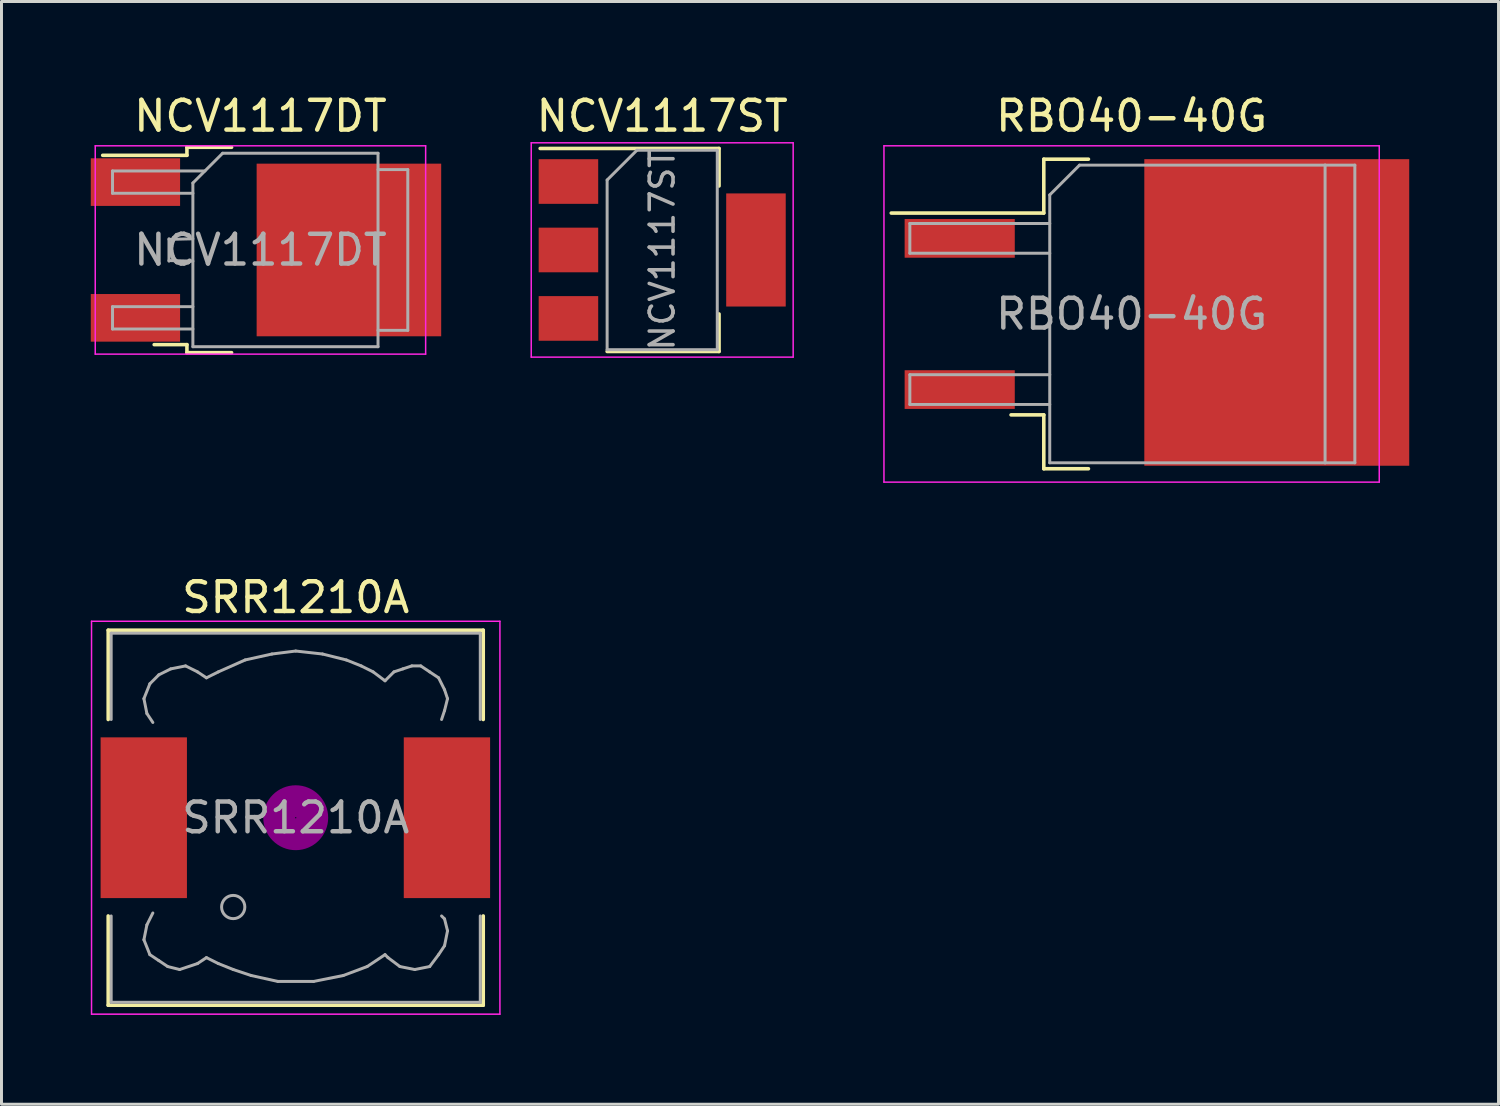
<source format=kicad_pcb>
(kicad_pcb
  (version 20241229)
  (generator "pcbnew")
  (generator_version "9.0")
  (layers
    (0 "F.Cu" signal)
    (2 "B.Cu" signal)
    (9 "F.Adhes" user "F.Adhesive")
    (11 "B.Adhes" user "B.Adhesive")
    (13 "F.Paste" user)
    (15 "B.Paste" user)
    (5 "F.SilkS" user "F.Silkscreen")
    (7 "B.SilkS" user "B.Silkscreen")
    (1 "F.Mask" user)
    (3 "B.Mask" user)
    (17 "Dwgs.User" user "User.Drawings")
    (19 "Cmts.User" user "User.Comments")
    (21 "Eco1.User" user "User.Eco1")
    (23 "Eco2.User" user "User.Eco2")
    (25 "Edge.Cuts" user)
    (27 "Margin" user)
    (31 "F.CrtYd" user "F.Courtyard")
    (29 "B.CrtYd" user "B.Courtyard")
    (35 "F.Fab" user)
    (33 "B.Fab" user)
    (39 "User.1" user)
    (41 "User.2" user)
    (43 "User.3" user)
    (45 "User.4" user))
  (footprint "RBO40-40G"
    (layer "F.Cu")
    (at 34.967 7.498)
    (property "Reference" "RBO40-40G" (at 0 -6.65 0) (layer "F.SilkS") (effects (font (size 1 1) (thickness 0.15))))
    (attr smd)
    (fp_line (start -2.95 -5.2) (end -2.95 -3.39) (stroke (width 0.12) (type solid)) (layer "F.SilkS"))
    (fp_line (start -2.95 -3.39) (end -8.075 -3.39) (stroke (width 0.12) (type solid)) (layer "F.SilkS"))
    (fp_line (start -2.95 3.39) (end -4.05 3.39) (stroke (width 0.12) (type solid)) (layer "F.SilkS"))
    (fp_line (start -2.95 5.2) (end -2.95 3.39) (stroke (width 0.12) (type solid)) (layer "F.SilkS"))
    (fp_line (start -1.45 -5.2) (end -2.95 -5.2) (stroke (width 0.12) (type solid)) (layer "F.SilkS"))
    (fp_line (start -1.45 5.2) (end -2.95 5.2) (stroke (width 0.12) (type solid)) (layer "F.SilkS"))
    (fp_line (start -8.32 -5.65) (end -8.32 5.65) (stroke (width 0.05) (type solid)) (layer "F.CrtYd"))
    (fp_line (start -8.32 5.65) (end 8.32 5.65) (stroke (width 0.05) (type solid)) (layer "F.CrtYd"))
    (fp_line (start 8.32 -5.65) (end -8.32 -5.65) (stroke (width 0.05) (type solid)) (layer "F.CrtYd"))
    (fp_line (start 8.32 5.65) (end 8.32 -5.65) (stroke (width 0.05) (type solid)) (layer "F.CrtYd"))
    (fp_line (start -7.45 -3.04) (end -7.45 -2.04) (stroke (width 0.1) (type solid)) (layer "F.Fab"))
    (fp_line (start -7.45 -2.04) (end -2.75 -2.04) (stroke (width 0.1) (type solid)) (layer "F.Fab"))
    (fp_line (start -7.45 2.04) (end -7.45 3.04) (stroke (width 0.1) (type solid)) (layer "F.Fab"))
    (fp_line (start -7.45 3.04) (end -2.75 3.04) (stroke (width 0.1) (type solid)) (layer "F.Fab"))
    (fp_line (start -2.75 -4) (end -1.75 -5) (stroke (width 0.1) (type solid)) (layer "F.Fab"))
    (fp_line (start -2.75 -3.04) (end -7.45 -3.04) (stroke (width 0.1) (type solid)) (layer "F.Fab"))
    (fp_line (start -2.75 2.04) (end -7.45 2.04) (stroke (width 0.1) (type solid)) (layer "F.Fab"))
    (fp_line (start -2.75 5) (end -2.75 -4) (stroke (width 0.1) (type solid)) (layer "F.Fab"))
    (fp_line (start -1.75 -5) (end 6.5 -5) (stroke (width 0.1) (type solid)) (layer "F.Fab"))
    (fp_line (start 6.5 -5) (end 6.5 5) (stroke (width 0.1) (type solid)) (layer "F.Fab"))
    (fp_line (start 6.5 -5) (end 7.5 -5) (stroke (width 0.1) (type solid)) (layer "F.Fab"))
    (fp_line (start 6.5 5) (end -2.75 5) (stroke (width 0.1) (type solid)) (layer "F.Fab"))
    (fp_line (start 7.5 -5) (end 7.5 5) (stroke (width 0.1) (type solid)) (layer "F.Fab"))
    (fp_line (start 7.5 5) (end 6.5 5) (stroke (width 0.1) (type solid)) (layer "F.Fab"))
    (fp_text user "${REFERENCE}" (at 0 0 0) (layer "F.Fab") (effects (font (size 1 1) (thickness 0.15))))
    (pad "1" smd rect (at -5.775 -2.54) (size 3.7 1.3) (layers "F.Cu" "F.Mask" "F.Paste"))
    (pad "2" smd rect (at 4.877 -0.051) (size 8.9 10.3) (layers "F.Cu" "F.Mask" "F.Paste"))
    (pad "3" smd rect (at -5.775 2.54) (size 3.7 1.3) (layers "F.Cu" "F.Mask" "F.Paste")))
  (footprint "NCV1117DT"
    (layer "F.Cu")
    (at 5.7 5.348)
    (property "Reference" "NCV1117DT" (at 0 -4.5 0) (layer "F.SilkS") (effects (font (size 1 1) (thickness 0.15))))
    (attr smd)
    (fp_line (start -2.47 -3.45) (end -2.47 -3.18) (stroke (width 0.12) (type solid)) (layer "F.SilkS"))
    (fp_line (start -2.47 -3.18) (end -5.3 -3.18) (stroke (width 0.12) (type solid)) (layer "F.SilkS"))
    (fp_line (start -2.47 3.18) (end -3.57 3.18) (stroke (width 0.12) (type solid)) (layer "F.SilkS"))
    (fp_line (start -2.47 3.45) (end -2.47 3.18) (stroke (width 0.12) (type solid)) (layer "F.SilkS"))
    (fp_line (start -0.97 -3.45) (end -2.47 -3.45) (stroke (width 0.12) (type solid)) (layer "F.SilkS"))
    (fp_line (start -0.97 3.45) (end -2.47 3.45) (stroke (width 0.12) (type solid)) (layer "F.SilkS"))
    (fp_line (start -5.55 -3.5) (end -5.55 3.5) (stroke (width 0.05) (type solid)) (layer "F.CrtYd"))
    (fp_line (start -5.55 3.5) (end 5.55 3.5) (stroke (width 0.05) (type solid)) (layer "F.CrtYd"))
    (fp_line (start 5.55 -3.5) (end -5.55 -3.5) (stroke (width 0.05) (type solid)) (layer "F.CrtYd"))
    (fp_line (start 5.55 3.5) (end 5.55 -3.5) (stroke (width 0.05) (type solid)) (layer "F.CrtYd"))
    (fp_line (start -4.97 -2.655) (end -4.97 -1.905) (stroke (width 0.1) (type solid)) (layer "F.Fab"))
    (fp_line (start -4.97 -1.905) (end -2.27 -1.905) (stroke (width 0.1) (type solid)) (layer "F.Fab"))
    (fp_line (start -4.97 1.905) (end -4.97 2.655) (stroke (width 0.1) (type solid)) (layer "F.Fab"))
    (fp_line (start -4.97 2.655) (end -2.27 2.655) (stroke (width 0.1) (type solid)) (layer "F.Fab"))
    (fp_line (start -3.073 -0.375) (end -3.073 0.375) (stroke (width 0.1) (type solid)) (layer "F.Fab"))
    (fp_line (start -3.073 0.356) (end -2.27 0.375) (stroke (width 0.1) (type solid)) (layer "F.Fab"))
    (fp_line (start -2.27 -2.25) (end -1.27 -3.25) (stroke (width 0.1) (type solid)) (layer "F.Fab"))
    (fp_line (start -2.27 -0.375) (end -3.073 -0.356) (stroke (width 0.1) (type solid)) (layer "F.Fab"))
    (fp_line (start -2.27 1.905) (end -4.97 1.905) (stroke (width 0.1) (type solid)) (layer "F.Fab"))
    (fp_line (start -2.27 3.25) (end -2.27 -2.25) (stroke (width 0.1) (type solid)) (layer "F.Fab"))
    (fp_line (start -1.865 -2.655) (end -4.97 -2.655) (stroke (width 0.1) (type solid)) (layer "F.Fab"))
    (fp_line (start -1.27 -3.25) (end 3.95 -3.25) (stroke (width 0.1) (type solid)) (layer "F.Fab"))
    (fp_line (start 3.95 -3.25) (end 3.95 3.25) (stroke (width 0.1) (type solid)) (layer "F.Fab"))
    (fp_line (start 3.95 -2.7) (end 4.95 -2.7) (stroke (width 0.1) (type solid)) (layer "F.Fab"))
    (fp_line (start 3.95 3.25) (end -2.27 3.25) (stroke (width 0.1) (type solid)) (layer "F.Fab"))
    (fp_line (start 4.95 -2.7) (end 4.95 2.7) (stroke (width 0.1) (type solid)) (layer "F.Fab"))
    (fp_line (start 4.95 2.7) (end 3.95 2.7) (stroke (width 0.1) (type solid)) (layer "F.Fab"))
    (fp_text user "${REFERENCE}" (at 0 0 0) (layer "F.Fab") (effects (font (size 1 1) (thickness 0.15))))
    (pad "" smd rect (at 1.397 -1.525) (size 3.05 2.75) (layers "F.Paste"))
    (pad "" smd rect (at 1.397 1.524) (size 3.05 2.75) (layers "F.Paste"))
    (pad "" smd rect (at 4.47 -1.525) (size 3.05 2.75) (layers "F.Paste"))
    (pad "" smd rect (at 4.47 1.524) (size 3.05 2.75) (layers "F.Paste"))
    (pad "1" smd rect (at -4.2 -2.28) (size 3 1.6) (layers "F.Cu" "F.Mask" "F.Paste"))
    (pad "2" smd rect (at 2.972 0) (size 6.2 5.8) (layers "F.Cu" "F.Mask"))
    (pad "3" smd rect (at -4.2 2.28) (size 3 1.6) (layers "F.Cu" "F.Mask" "F.Paste")))
  (footprint "NCV1117ST"
    (layer "F.Cu")
    (at 19.197 5.348)
    (property "Reference" "NCV1117ST" (at 0 -4.5 0) (layer "F.SilkS") (effects (font (size 1 1) (thickness 0.15))))
    (attr smd)
    (fp_line (start -4.1 -3.41) (end 1.91 -3.41) (stroke (width 0.12) (type solid)) (layer "F.SilkS"))
    (fp_line (start -1.85 3.41) (end 1.91 3.41) (stroke (width 0.12) (type solid)) (layer "F.SilkS"))
    (fp_line (start 1.91 -3.41) (end 1.91 -2.15) (stroke (width 0.12) (type solid)) (layer "F.SilkS"))
    (fp_line (start 1.91 3.41) (end 1.91 2.15) (stroke (width 0.12) (type solid)) (layer "F.SilkS"))
    (fp_line (start -4.4 -3.6) (end -4.4 3.6) (stroke (width 0.05) (type solid)) (layer "F.CrtYd"))
    (fp_line (start -4.4 3.6) (end 4.4 3.6) (stroke (width 0.05) (type solid)) (layer "F.CrtYd"))
    (fp_line (start 4.4 -3.6) (end -4.4 -3.6) (stroke (width 0.05) (type solid)) (layer "F.CrtYd"))
    (fp_line (start 4.4 3.6) (end 4.4 -3.6) (stroke (width 0.05) (type solid)) (layer "F.CrtYd"))
    (fp_line (start -1.85 -2.35) (end -1.85 3.35) (stroke (width 0.1) (type solid)) (layer "F.Fab"))
    (fp_line (start -1.85 -2.35) (end -0.85 -3.35) (stroke (width 0.1) (type solid)) (layer "F.Fab"))
    (fp_line (start -1.85 3.35) (end 1.85 3.35) (stroke (width 0.1) (type solid)) (layer "F.Fab"))
    (fp_line (start -0.85 -3.35) (end 1.85 -3.35) (stroke (width 0.1) (type solid)) (layer "F.Fab"))
    (fp_line (start 1.85 -3.35) (end 1.85 3.35) (stroke (width 0.1) (type solid)) (layer "F.Fab"))
    (fp_text user "${REFERENCE}" (at 0 0 90) (layer "F.Fab") (effects (font (size 0.8 0.8) (thickness 0.12))))
    (pad "1" smd rect (at -3.15 -2.3) (size 2 1.5) (layers "F.Cu" "F.Mask" "F.Paste"))
    (pad "2" smd rect (at -3.15 0) (size 2 1.5) (layers "F.Cu" "F.Mask" "F.Paste"))
    (pad "2" smd rect (at 3.15 0) (size 2 3.8) (layers "F.Cu" "F.Mask" "F.Paste"))
    (pad "3" smd rect (at -3.15 2.3) (size 2 1.5) (layers "F.Cu" "F.Mask" "F.Paste")))
  (footprint "SRR1210A"
    (layer "F.Cu")
    (at 6.885 24.422)
    (property "Reference" "SRR1210A" (at 0 -7.4 0) (layer "F.SilkS") (effects (font (size 1 1) (thickness 0.15))))
    (attr smd)
    (fp_line (start -6.3 -6.3) (end 6.3 -6.3) (stroke (width 0.12) (type solid)) (layer "F.SilkS"))
    (fp_line (start -6.3 -3.3) (end -6.3 -6.3) (stroke (width 0.12) (type solid)) (layer "F.SilkS"))
    (fp_line (start -6.3 6.3) (end -6.3 3.3) (stroke (width 0.12) (type solid)) (layer "F.SilkS"))
    (fp_line (start 6.3 -6.3) (end 6.3 -3.3) (stroke (width 0.12) (type solid)) (layer "F.SilkS"))
    (fp_line (start 6.3 3.3) (end 6.3 6.3) (stroke (width 0.12) (type solid)) (layer "F.SilkS"))
    (fp_line (start 6.3 6.3) (end -6.3 6.3) (stroke (width 0.12) (type solid)) (layer "F.SilkS"))
    (fp_circle (center 0 0) (end 0.15 0.15) (stroke (width 0.38) (type solid)) (fill no) (layer "F.Adhes"))
    (fp_circle (center 0 0) (end 0.55 0) (stroke (width 0.38) (type solid)) (fill no) (layer "F.Adhes"))
    (fp_circle (center 0 0) (end 0.9 0) (stroke (width 0.38) (type solid)) (fill no) (layer "F.Adhes"))
    (fp_line (start -6.86 -6.6) (end 6.86 -6.6) (stroke (width 0.05) (type solid)) (layer "F.CrtYd"))
    (fp_line (start -6.86 6.6) (end -6.86 -6.6) (stroke (width 0.05) (type solid)) (layer "F.CrtYd"))
    (fp_line (start 6.86 -6.6) (end 6.86 6.6) (stroke (width 0.05) (type solid)) (layer "F.CrtYd"))
    (fp_line (start 6.86 6.6) (end -6.86 6.6) (stroke (width 0.05) (type solid)) (layer "F.CrtYd"))
    (fp_line (start -6.2 -6.2) (end -6.2 -3.3) (stroke (width 0.1) (type solid)) (layer "F.Fab"))
    (fp_line (start -6.2 3.3) (end -6.2 6.2) (stroke (width 0.1) (type solid)) (layer "F.Fab"))
    (fp_line (start -6.2 6.2) (end 6.2 6.2) (stroke (width 0.1) (type solid)) (layer "F.Fab"))
    (fp_line (start -5.1 -4) (end -5 -3.5) (stroke (width 0.1) (type solid)) (layer "F.Fab"))
    (fp_line (start -5.1 4.1) (end -5 3.6) (stroke (width 0.1) (type solid)) (layer "F.Fab"))
    (fp_line (start -5 -3.5) (end -4.8 -3.2) (stroke (width 0.1) (type solid)) (layer "F.Fab"))
    (fp_line (start -5 3.6) (end -4.8 3.2) (stroke (width 0.1) (type solid)) (layer "F.Fab"))
    (fp_line (start -4.9 -4.5) (end -5.1 -4) (stroke (width 0.1) (type solid)) (layer "F.Fab"))
    (fp_line (start -4.9 4.6) (end -5.1 4.1) (stroke (width 0.1) (type solid)) (layer "F.Fab"))
    (fp_line (start -4.6 -4.8) (end -4.9 -4.5) (stroke (width 0.1) (type solid)) (layer "F.Fab"))
    (fp_line (start -4.6 4.8) (end -4.9 4.6) (stroke (width 0.1) (type solid)) (layer "F.Fab"))
    (fp_line (start -4.3 5) (end -4.6 4.8) (stroke (width 0.1) (type solid)) (layer "F.Fab"))
    (fp_line (start -4.2 -5) (end -4.6 -4.8) (stroke (width 0.1) (type solid)) (layer "F.Fab"))
    (fp_line (start -3.9 5.1) (end -4.3 5) (stroke (width 0.1) (type solid)) (layer "F.Fab"))
    (fp_line (start -3.7 -5.1) (end -4.2 -5) (stroke (width 0.1) (type solid)) (layer "F.Fab"))
    (fp_line (start -3.3 -4.9) (end -3.7 -5.1) (stroke (width 0.1) (type solid)) (layer "F.Fab"))
    (fp_line (start -3.3 4.9) (end -3.9 5.1) (stroke (width 0.1) (type solid)) (layer "F.Fab"))
    (fp_line (start -3 -4.7) (end -3.3 -4.9) (stroke (width 0.1) (type solid)) (layer "F.Fab"))
    (fp_line (start -3 4.7) (end -3.3 4.9) (stroke (width 0.1) (type solid)) (layer "F.Fab"))
    (fp_line (start -2.6 -4.9) (end -3 -4.7) (stroke (width 0.1) (type solid)) (layer "F.Fab"))
    (fp_line (start -2.6 4.9) (end -3 4.7) (stroke (width 0.1) (type solid)) (layer "F.Fab"))
    (fp_line (start -2.1 5.1) (end -2.6 4.9) (stroke (width 0.1) (type solid)) (layer "F.Fab"))
    (fp_line (start -1.7 -5.3) (end -2.6 -4.9) (stroke (width 0.1) (type solid)) (layer "F.Fab"))
    (fp_line (start -1.5 5.3) (end -2.1 5.1) (stroke (width 0.1) (type solid)) (layer "F.Fab"))
    (fp_line (start -0.8 -5.5) (end -1.7 -5.3) (stroke (width 0.1) (type solid)) (layer "F.Fab"))
    (fp_line (start -0.6 5.5) (end -1.5 5.3) (stroke (width 0.1) (type solid)) (layer "F.Fab"))
    (fp_line (start 0 -5.6) (end -0.8 -5.5) (stroke (width 0.1) (type solid)) (layer "F.Fab"))
    (fp_line (start 0.6 5.5) (end -0.6 5.5) (stroke (width 0.1) (type solid)) (layer "F.Fab"))
    (fp_line (start 0.9 -5.5) (end 0 -5.6) (stroke (width 0.1) (type solid)) (layer "F.Fab"))
    (fp_line (start 1.6 5.3) (end 0.6 5.5) (stroke (width 0.1) (type solid)) (layer "F.Fab"))
    (fp_line (start 1.7 -5.3) (end 0.9 -5.5) (stroke (width 0.1) (type solid)) (layer "F.Fab"))
    (fp_line (start 2.2 -5.1) (end 1.7 -5.3) (stroke (width 0.1) (type solid)) (layer "F.Fab"))
    (fp_line (start 2.4 5) (end 1.6 5.3) (stroke (width 0.1) (type solid)) (layer "F.Fab"))
    (fp_line (start 2.6 -4.9) (end 2.2 -5.1) (stroke (width 0.1) (type solid)) (layer "F.Fab"))
    (fp_line (start 3 -4.6) (end 2.6 -4.9) (stroke (width 0.1) (type solid)) (layer "F.Fab"))
    (fp_line (start 3 4.6) (end 2.4 5) (stroke (width 0.1) (type solid)) (layer "F.Fab"))
    (fp_line (start 3.1 4.7) (end 3 4.6) (stroke (width 0.1) (type solid)) (layer "F.Fab"))
    (fp_line (start 3.3 -4.9) (end 3 -4.6) (stroke (width 0.1) (type solid)) (layer "F.Fab"))
    (fp_line (start 3.5 5) (end 3.1 4.7) (stroke (width 0.1) (type solid)) (layer "F.Fab"))
    (fp_line (start 3.6 -5) (end 3.3 -4.9) (stroke (width 0.1) (type solid)) (layer "F.Fab"))
    (fp_line (start 3.9 -5.1) (end 3.6 -5) (stroke (width 0.1) (type solid)) (layer "F.Fab"))
    (fp_line (start 4 5.1) (end 3.5 5) (stroke (width 0.1) (type solid)) (layer "F.Fab"))
    (fp_line (start 4.2 -5.1) (end 3.9 -5.1) (stroke (width 0.1) (type solid)) (layer "F.Fab"))
    (fp_line (start 4.5 -4.9) (end 4.2 -5.1) (stroke (width 0.1) (type solid)) (layer "F.Fab"))
    (fp_line (start 4.5 5) (end 4 5.1) (stroke (width 0.1) (type solid)) (layer "F.Fab"))
    (fp_line (start 4.8 -4.7) (end 4.5 -4.9) (stroke (width 0.1) (type solid)) (layer "F.Fab"))
    (fp_line (start 4.8 4.6) (end 4.5 5) (stroke (width 0.1) (type solid)) (layer "F.Fab"))
    (fp_line (start 4.9 -3.3) (end 5 -3.6) (stroke (width 0.1) (type solid)) (layer "F.Fab"))
    (fp_line (start 4.9 3.3) (end 5 3.4) (stroke (width 0.1) (type solid)) (layer "F.Fab"))
    (fp_line (start 5 -4.3) (end 4.8 -4.7) (stroke (width 0.1) (type solid)) (layer "F.Fab"))
    (fp_line (start 5 -3.6) (end 5.1 -4) (stroke (width 0.1) (type solid)) (layer "F.Fab"))
    (fp_line (start 5 3.4) (end 5.1 3.8) (stroke (width 0.1) (type solid)) (layer "F.Fab"))
    (fp_line (start 5 4.3) (end 4.8 4.6) (stroke (width 0.1) (type solid)) (layer "F.Fab"))
    (fp_line (start 5.1 -4) (end 5 -4.3) (stroke (width 0.1) (type solid)) (layer "F.Fab"))
    (fp_line (start 5.1 3.8) (end 5 4.3) (stroke (width 0.1) (type solid)) (layer "F.Fab"))
    (fp_line (start 6.2 -6.2) (end -6.2 -6.2) (stroke (width 0.1) (type solid)) (layer "F.Fab"))
    (fp_line (start 6.2 -6.2) (end 6.2 -3.3) (stroke (width 0.1) (type solid)) (layer "F.Fab"))
    (fp_line (start 6.2 6.2) (end 6.2 3.3) (stroke (width 0.1) (type solid)) (layer "F.Fab"))
    (fp_circle (center -2.1 3) (end -1.8 3.25) (stroke (width 0.1) (type solid)) (fill no) (layer "F.Fab"))
    (fp_text user "${REFERENCE}" (at 0 0 0) (layer "F.Fab") (effects (font (size 1 1) (thickness 0.15))))
    (pad "1" smd rect (at -5.105 0) (size 2.9 5.4) (layers "F.Cu" "F.Mask" "F.Paste"))
    (pad "2" smd rect (at 5.08 0) (size 2.9 5.4) (layers "F.Cu" "F.Mask" "F.Paste")))
  (gr_rect
    (start -3 -3)
    (end 47.294 34.047)
    (stroke (width 0.1) (type default))
    (fill no)
    (layer "Edge.Cuts")))
</source>
